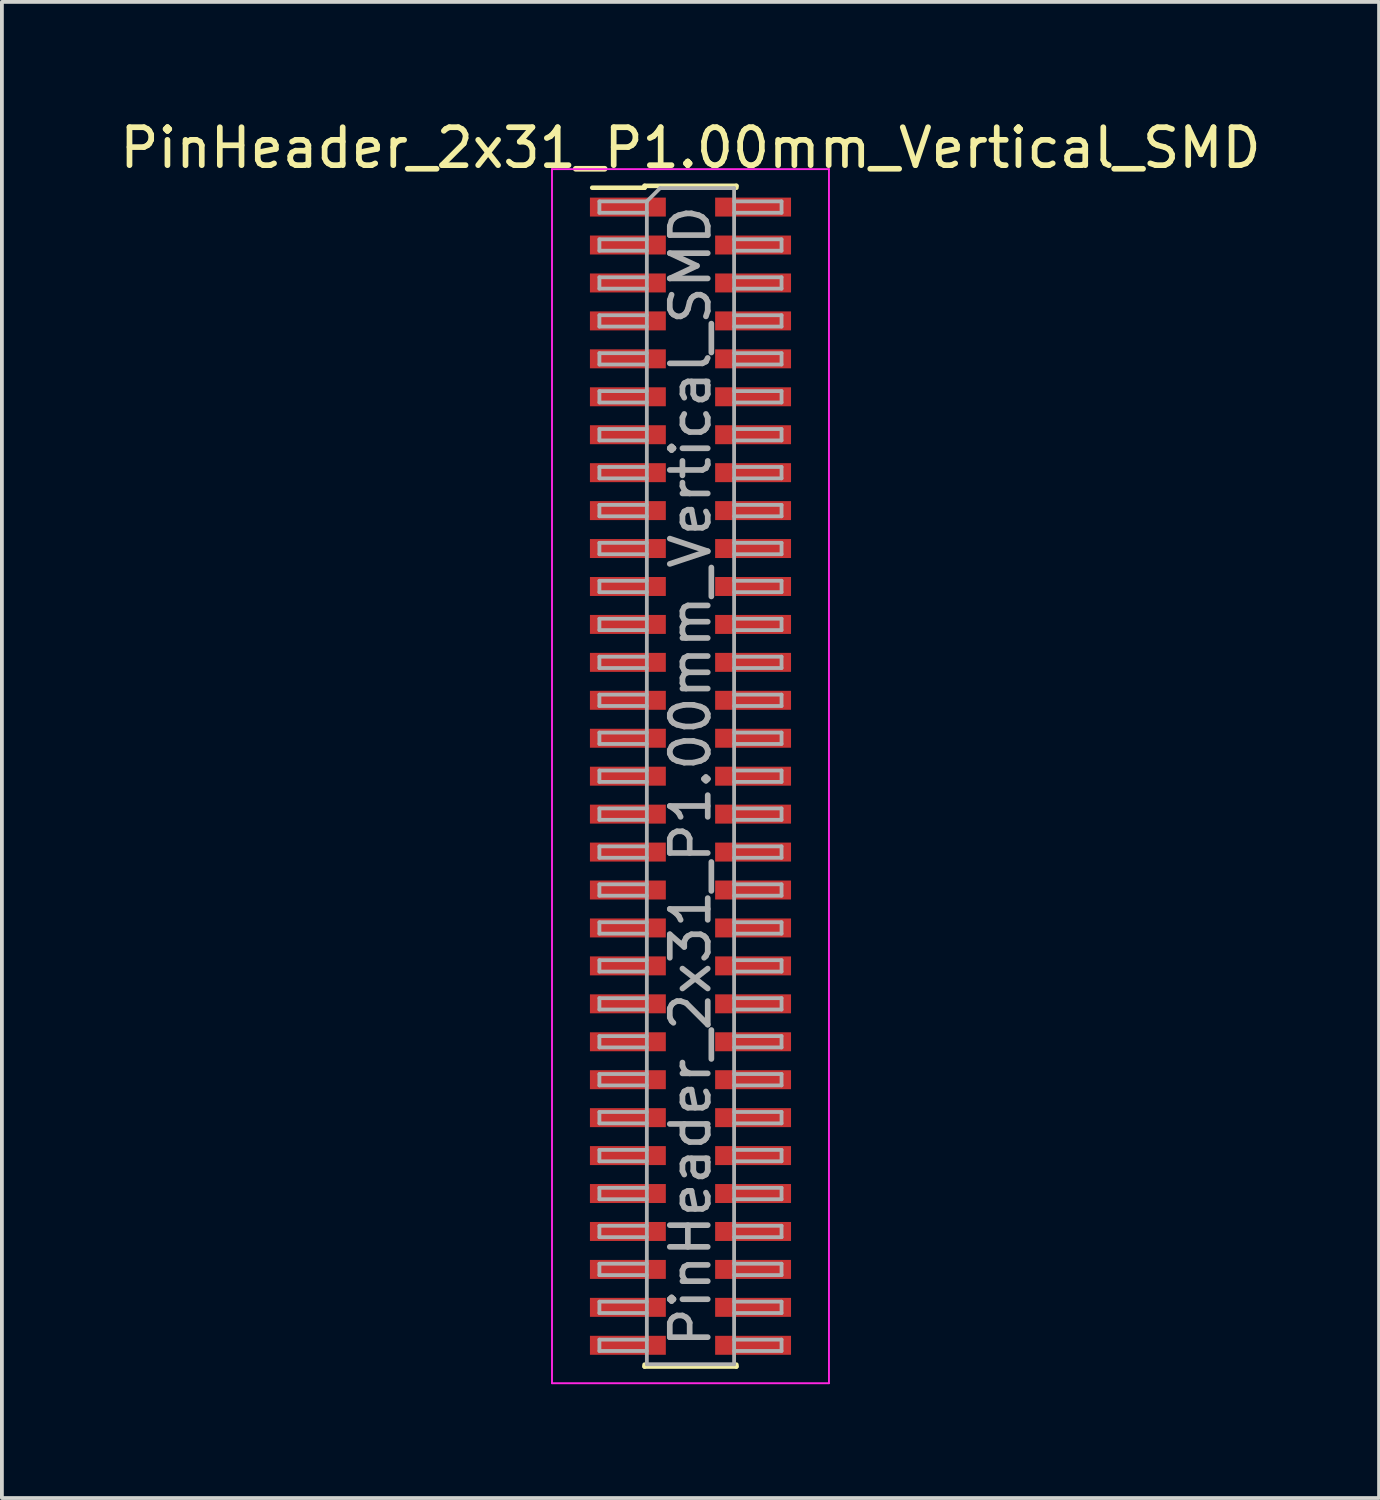
<source format=kicad_pcb>
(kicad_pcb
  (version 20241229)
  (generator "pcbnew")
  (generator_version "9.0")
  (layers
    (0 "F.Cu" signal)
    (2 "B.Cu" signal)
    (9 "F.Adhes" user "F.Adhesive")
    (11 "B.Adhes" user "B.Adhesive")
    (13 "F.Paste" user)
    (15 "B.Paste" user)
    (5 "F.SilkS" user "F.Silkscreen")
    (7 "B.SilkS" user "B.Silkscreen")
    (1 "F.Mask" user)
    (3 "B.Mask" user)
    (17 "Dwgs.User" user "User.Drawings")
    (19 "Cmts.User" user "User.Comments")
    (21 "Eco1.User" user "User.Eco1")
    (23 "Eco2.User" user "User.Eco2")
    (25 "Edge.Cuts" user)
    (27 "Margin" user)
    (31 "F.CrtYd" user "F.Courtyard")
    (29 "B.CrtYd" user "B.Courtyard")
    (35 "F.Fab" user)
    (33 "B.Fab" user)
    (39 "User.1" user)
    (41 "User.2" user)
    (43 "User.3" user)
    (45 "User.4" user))
  (footprint "PinHeader_2x31_P1.00mm_Vertical_SMD"
    (layer "F.Cu")
    (at 15.149 17.408)
    (property "Reference" "PinHeader_2x31_P1.00mm_Vertical_SMD" (at 0 -16.56 0) (layer "F.SilkS") (effects (font (size 1 1) (thickness 0.15))))
    (attr smd)
    (fp_line (start -2.59 -15.51) (end -1.21 -15.51) (stroke (width 0.12) (type solid)) (layer "F.SilkS"))
    (fp_line (start -1.21 -15.56) (end -1.21 -15.51) (stroke (width 0.12) (type solid)) (layer "F.SilkS"))
    (fp_line (start -1.21 -15.56) (end 1.21 -15.56) (stroke (width 0.12) (type solid)) (layer "F.SilkS"))
    (fp_line (start -1.21 15.51) (end -1.21 15.56) (stroke (width 0.12) (type solid)) (layer "F.SilkS"))
    (fp_line (start -1.21 15.56) (end 1.21 15.56) (stroke (width 0.12) (type solid)) (layer "F.SilkS"))
    (fp_line (start 1.21 -15.56) (end 1.21 -15.51) (stroke (width 0.12) (type solid)) (layer "F.SilkS"))
    (fp_line (start 1.21 15.51) (end 1.21 15.56) (stroke (width 0.12) (type solid)) (layer "F.SilkS"))
    (fp_line (start -3.65 -16) (end -3.65 16) (stroke (width 0.05) (type solid)) (layer "F.CrtYd"))
    (fp_line (start -3.65 16) (end 3.65 16) (stroke (width 0.05) (type solid)) (layer "F.CrtYd"))
    (fp_line (start 3.65 -16) (end -3.65 -16) (stroke (width 0.05) (type solid)) (layer "F.CrtYd"))
    (fp_line (start 3.65 16) (end 3.65 -16) (stroke (width 0.05) (type solid)) (layer "F.CrtYd"))
    (fp_line (start -2.4 -15.15) (end -2.4 -14.85) (stroke (width 0.1) (type solid)) (layer "F.Fab"))
    (fp_line (start -2.4 -14.85) (end -1.15 -14.85) (stroke (width 0.1) (type solid)) (layer "F.Fab"))
    (fp_line (start -2.4 -14.15) (end -2.4 -13.85) (stroke (width 0.1) (type solid)) (layer "F.Fab"))
    (fp_line (start -2.4 -13.85) (end -1.15 -13.85) (stroke (width 0.1) (type solid)) (layer "F.Fab"))
    (fp_line (start -2.4 -13.15) (end -2.4 -12.85) (stroke (width 0.1) (type solid)) (layer "F.Fab"))
    (fp_line (start -2.4 -12.85) (end -1.15 -12.85) (stroke (width 0.1) (type solid)) (layer "F.Fab"))
    (fp_line (start -2.4 -12.15) (end -2.4 -11.85) (stroke (width 0.1) (type solid)) (layer "F.Fab"))
    (fp_line (start -2.4 -11.85) (end -1.15 -11.85) (stroke (width 0.1) (type solid)) (layer "F.Fab"))
    (fp_line (start -2.4 -11.15) (end -2.4 -10.85) (stroke (width 0.1) (type solid)) (layer "F.Fab"))
    (fp_line (start -2.4 -10.85) (end -1.15 -10.85) (stroke (width 0.1) (type solid)) (layer "F.Fab"))
    (fp_line (start -2.4 -10.15) (end -2.4 -9.85) (stroke (width 0.1) (type solid)) (layer "F.Fab"))
    (fp_line (start -2.4 -9.85) (end -1.15 -9.85) (stroke (width 0.1) (type solid)) (layer "F.Fab"))
    (fp_line (start -2.4 -9.15) (end -2.4 -8.85) (stroke (width 0.1) (type solid)) (layer "F.Fab"))
    (fp_line (start -2.4 -8.85) (end -1.15 -8.85) (stroke (width 0.1) (type solid)) (layer "F.Fab"))
    (fp_line (start -2.4 -8.15) (end -2.4 -7.85) (stroke (width 0.1) (type solid)) (layer "F.Fab"))
    (fp_line (start -2.4 -7.85) (end -1.15 -7.85) (stroke (width 0.1) (type solid)) (layer "F.Fab"))
    (fp_line (start -2.4 -7.15) (end -2.4 -6.85) (stroke (width 0.1) (type solid)) (layer "F.Fab"))
    (fp_line (start -2.4 -6.85) (end -1.15 -6.85) (stroke (width 0.1) (type solid)) (layer "F.Fab"))
    (fp_line (start -2.4 -6.15) (end -2.4 -5.85) (stroke (width 0.1) (type solid)) (layer "F.Fab"))
    (fp_line (start -2.4 -5.85) (end -1.15 -5.85) (stroke (width 0.1) (type solid)) (layer "F.Fab"))
    (fp_line (start -2.4 -5.15) (end -2.4 -4.85) (stroke (width 0.1) (type solid)) (layer "F.Fab"))
    (fp_line (start -2.4 -4.85) (end -1.15 -4.85) (stroke (width 0.1) (type solid)) (layer "F.Fab"))
    (fp_line (start -2.4 -4.15) (end -2.4 -3.85) (stroke (width 0.1) (type solid)) (layer "F.Fab"))
    (fp_line (start -2.4 -3.85) (end -1.15 -3.85) (stroke (width 0.1) (type solid)) (layer "F.Fab"))
    (fp_line (start -2.4 -3.15) (end -2.4 -2.85) (stroke (width 0.1) (type solid)) (layer "F.Fab"))
    (fp_line (start -2.4 -2.85) (end -1.15 -2.85) (stroke (width 0.1) (type solid)) (layer "F.Fab"))
    (fp_line (start -2.4 -2.15) (end -2.4 -1.85) (stroke (width 0.1) (type solid)) (layer "F.Fab"))
    (fp_line (start -2.4 -1.85) (end -1.15 -1.85) (stroke (width 0.1) (type solid)) (layer "F.Fab"))
    (fp_line (start -2.4 -1.15) (end -2.4 -0.85) (stroke (width 0.1) (type solid)) (layer "F.Fab"))
    (fp_line (start -2.4 -0.85) (end -1.15 -0.85) (stroke (width 0.1) (type solid)) (layer "F.Fab"))
    (fp_line (start -2.4 -0.15) (end -2.4 0.15) (stroke (width 0.1) (type solid)) (layer "F.Fab"))
    (fp_line (start -2.4 0.15) (end -1.15 0.15) (stroke (width 0.1) (type solid)) (layer "F.Fab"))
    (fp_line (start -2.4 0.85) (end -2.4 1.15) (stroke (width 0.1) (type solid)) (layer "F.Fab"))
    (fp_line (start -2.4 1.15) (end -1.15 1.15) (stroke (width 0.1) (type solid)) (layer "F.Fab"))
    (fp_line (start -2.4 1.85) (end -2.4 2.15) (stroke (width 0.1) (type solid)) (layer "F.Fab"))
    (fp_line (start -2.4 2.15) (end -1.15 2.15) (stroke (width 0.1) (type solid)) (layer "F.Fab"))
    (fp_line (start -2.4 2.85) (end -2.4 3.15) (stroke (width 0.1) (type solid)) (layer "F.Fab"))
    (fp_line (start -2.4 3.15) (end -1.15 3.15) (stroke (width 0.1) (type solid)) (layer "F.Fab"))
    (fp_line (start -2.4 3.85) (end -2.4 4.15) (stroke (width 0.1) (type solid)) (layer "F.Fab"))
    (fp_line (start -2.4 4.15) (end -1.15 4.15) (stroke (width 0.1) (type solid)) (layer "F.Fab"))
    (fp_line (start -2.4 4.85) (end -2.4 5.15) (stroke (width 0.1) (type solid)) (layer "F.Fab"))
    (fp_line (start -2.4 5.15) (end -1.15 5.15) (stroke (width 0.1) (type solid)) (layer "F.Fab"))
    (fp_line (start -2.4 5.85) (end -2.4 6.15) (stroke (width 0.1) (type solid)) (layer "F.Fab"))
    (fp_line (start -2.4 6.15) (end -1.15 6.15) (stroke (width 0.1) (type solid)) (layer "F.Fab"))
    (fp_line (start -2.4 6.85) (end -2.4 7.15) (stroke (width 0.1) (type solid)) (layer "F.Fab"))
    (fp_line (start -2.4 7.15) (end -1.15 7.15) (stroke (width 0.1) (type solid)) (layer "F.Fab"))
    (fp_line (start -2.4 7.85) (end -2.4 8.15) (stroke (width 0.1) (type solid)) (layer "F.Fab"))
    (fp_line (start -2.4 8.15) (end -1.15 8.15) (stroke (width 0.1) (type solid)) (layer "F.Fab"))
    (fp_line (start -2.4 8.85) (end -2.4 9.15) (stroke (width 0.1) (type solid)) (layer "F.Fab"))
    (fp_line (start -2.4 9.15) (end -1.15 9.15) (stroke (width 0.1) (type solid)) (layer "F.Fab"))
    (fp_line (start -2.4 9.85) (end -2.4 10.15) (stroke (width 0.1) (type solid)) (layer "F.Fab"))
    (fp_line (start -2.4 10.15) (end -1.15 10.15) (stroke (width 0.1) (type solid)) (layer "F.Fab"))
    (fp_line (start -2.4 10.85) (end -2.4 11.15) (stroke (width 0.1) (type solid)) (layer "F.Fab"))
    (fp_line (start -2.4 11.15) (end -1.15 11.15) (stroke (width 0.1) (type solid)) (layer "F.Fab"))
    (fp_line (start -2.4 11.85) (end -2.4 12.15) (stroke (width 0.1) (type solid)) (layer "F.Fab"))
    (fp_line (start -2.4 12.15) (end -1.15 12.15) (stroke (width 0.1) (type solid)) (layer "F.Fab"))
    (fp_line (start -2.4 12.85) (end -2.4 13.15) (stroke (width 0.1) (type solid)) (layer "F.Fab"))
    (fp_line (start -2.4 13.15) (end -1.15 13.15) (stroke (width 0.1) (type solid)) (layer "F.Fab"))
    (fp_line (start -2.4 13.85) (end -2.4 14.15) (stroke (width 0.1) (type solid)) (layer "F.Fab"))
    (fp_line (start -2.4 14.15) (end -1.15 14.15) (stroke (width 0.1) (type solid)) (layer "F.Fab"))
    (fp_line (start -2.4 14.85) (end -2.4 15.15) (stroke (width 0.1) (type solid)) (layer "F.Fab"))
    (fp_line (start -2.4 15.15) (end -1.15 15.15) (stroke (width 0.1) (type solid)) (layer "F.Fab"))
    (fp_line (start -1.15 -15.15) (end -2.4 -15.15) (stroke (width 0.1) (type solid)) (layer "F.Fab"))
    (fp_line (start -1.15 -15.15) (end -0.8 -15.5) (stroke (width 0.1) (type solid)) (layer "F.Fab"))
    (fp_line (start -1.15 -14.15) (end -2.4 -14.15) (stroke (width 0.1) (type solid)) (layer "F.Fab"))
    (fp_line (start -1.15 -13.15) (end -2.4 -13.15) (stroke (width 0.1) (type solid)) (layer "F.Fab"))
    (fp_line (start -1.15 -12.15) (end -2.4 -12.15) (stroke (width 0.1) (type solid)) (layer "F.Fab"))
    (fp_line (start -1.15 -11.15) (end -2.4 -11.15) (stroke (width 0.1) (type solid)) (layer "F.Fab"))
    (fp_line (start -1.15 -10.15) (end -2.4 -10.15) (stroke (width 0.1) (type solid)) (layer "F.Fab"))
    (fp_line (start -1.15 -9.15) (end -2.4 -9.15) (stroke (width 0.1) (type solid)) (layer "F.Fab"))
    (fp_line (start -1.15 -8.15) (end -2.4 -8.15) (stroke (width 0.1) (type solid)) (layer "F.Fab"))
    (fp_line (start -1.15 -7.15) (end -2.4 -7.15) (stroke (width 0.1) (type solid)) (layer "F.Fab"))
    (fp_line (start -1.15 -6.15) (end -2.4 -6.15) (stroke (width 0.1) (type solid)) (layer "F.Fab"))
    (fp_line (start -1.15 -5.15) (end -2.4 -5.15) (stroke (width 0.1) (type solid)) (layer "F.Fab"))
    (fp_line (start -1.15 -4.15) (end -2.4 -4.15) (stroke (width 0.1) (type solid)) (layer "F.Fab"))
    (fp_line (start -1.15 -3.15) (end -2.4 -3.15) (stroke (width 0.1) (type solid)) (layer "F.Fab"))
    (fp_line (start -1.15 -2.15) (end -2.4 -2.15) (stroke (width 0.1) (type solid)) (layer "F.Fab"))
    (fp_line (start -1.15 -1.15) (end -2.4 -1.15) (stroke (width 0.1) (type solid)) (layer "F.Fab"))
    (fp_line (start -1.15 -0.15) (end -2.4 -0.15) (stroke (width 0.1) (type solid)) (layer "F.Fab"))
    (fp_line (start -1.15 0.85) (end -2.4 0.85) (stroke (width 0.1) (type solid)) (layer "F.Fab"))
    (fp_line (start -1.15 1.85) (end -2.4 1.85) (stroke (width 0.1) (type solid)) (layer "F.Fab"))
    (fp_line (start -1.15 2.85) (end -2.4 2.85) (stroke (width 0.1) (type solid)) (layer "F.Fab"))
    (fp_line (start -1.15 3.85) (end -2.4 3.85) (stroke (width 0.1) (type solid)) (layer "F.Fab"))
    (fp_line (start -1.15 4.85) (end -2.4 4.85) (stroke (width 0.1) (type solid)) (layer "F.Fab"))
    (fp_line (start -1.15 5.85) (end -2.4 5.85) (stroke (width 0.1) (type solid)) (layer "F.Fab"))
    (fp_line (start -1.15 6.85) (end -2.4 6.85) (stroke (width 0.1) (type solid)) (layer "F.Fab"))
    (fp_line (start -1.15 7.85) (end -2.4 7.85) (stroke (width 0.1) (type solid)) (layer "F.Fab"))
    (fp_line (start -1.15 8.85) (end -2.4 8.85) (stroke (width 0.1) (type solid)) (layer "F.Fab"))
    (fp_line (start -1.15 9.85) (end -2.4 9.85) (stroke (width 0.1) (type solid)) (layer "F.Fab"))
    (fp_line (start -1.15 10.85) (end -2.4 10.85) (stroke (width 0.1) (type solid)) (layer "F.Fab"))
    (fp_line (start -1.15 11.85) (end -2.4 11.85) (stroke (width 0.1) (type solid)) (layer "F.Fab"))
    (fp_line (start -1.15 12.85) (end -2.4 12.85) (stroke (width 0.1) (type solid)) (layer "F.Fab"))
    (fp_line (start -1.15 13.85) (end -2.4 13.85) (stroke (width 0.1) (type solid)) (layer "F.Fab"))
    (fp_line (start -1.15 14.85) (end -2.4 14.85) (stroke (width 0.1) (type solid)) (layer "F.Fab"))
    (fp_line (start -1.15 15.5) (end -1.15 -15.15) (stroke (width 0.1) (type solid)) (layer "F.Fab"))
    (fp_line (start -0.8 -15.5) (end 1.15 -15.5) (stroke (width 0.1) (type solid)) (layer "F.Fab"))
    (fp_line (start 1.15 -15.5) (end 1.15 15.5) (stroke (width 0.1) (type solid)) (layer "F.Fab"))
    (fp_line (start 1.15 -15.15) (end 2.4 -15.15) (stroke (width 0.1) (type solid)) (layer "F.Fab"))
    (fp_line (start 1.15 -14.15) (end 2.4 -14.15) (stroke (width 0.1) (type solid)) (layer "F.Fab"))
    (fp_line (start 1.15 -13.15) (end 2.4 -13.15) (stroke (width 0.1) (type solid)) (layer "F.Fab"))
    (fp_line (start 1.15 -12.15) (end 2.4 -12.15) (stroke (width 0.1) (type solid)) (layer "F.Fab"))
    (fp_line (start 1.15 -11.15) (end 2.4 -11.15) (stroke (width 0.1) (type solid)) (layer "F.Fab"))
    (fp_line (start 1.15 -10.15) (end 2.4 -10.15) (stroke (width 0.1) (type solid)) (layer "F.Fab"))
    (fp_line (start 1.15 -9.15) (end 2.4 -9.15) (stroke (width 0.1) (type solid)) (layer "F.Fab"))
    (fp_line (start 1.15 -8.15) (end 2.4 -8.15) (stroke (width 0.1) (type solid)) (layer "F.Fab"))
    (fp_line (start 1.15 -7.15) (end 2.4 -7.15) (stroke (width 0.1) (type solid)) (layer "F.Fab"))
    (fp_line (start 1.15 -6.15) (end 2.4 -6.15) (stroke (width 0.1) (type solid)) (layer "F.Fab"))
    (fp_line (start 1.15 -5.15) (end 2.4 -5.15) (stroke (width 0.1) (type solid)) (layer "F.Fab"))
    (fp_line (start 1.15 -4.15) (end 2.4 -4.15) (stroke (width 0.1) (type solid)) (layer "F.Fab"))
    (fp_line (start 1.15 -3.15) (end 2.4 -3.15) (stroke (width 0.1) (type solid)) (layer "F.Fab"))
    (fp_line (start 1.15 -2.15) (end 2.4 -2.15) (stroke (width 0.1) (type solid)) (layer "F.Fab"))
    (fp_line (start 1.15 -1.15) (end 2.4 -1.15) (stroke (width 0.1) (type solid)) (layer "F.Fab"))
    (fp_line (start 1.15 -0.15) (end 2.4 -0.15) (stroke (width 0.1) (type solid)) (layer "F.Fab"))
    (fp_line (start 1.15 0.85) (end 2.4 0.85) (stroke (width 0.1) (type solid)) (layer "F.Fab"))
    (fp_line (start 1.15 1.85) (end 2.4 1.85) (stroke (width 0.1) (type solid)) (layer "F.Fab"))
    (fp_line (start 1.15 2.85) (end 2.4 2.85) (stroke (width 0.1) (type solid)) (layer "F.Fab"))
    (fp_line (start 1.15 3.85) (end 2.4 3.85) (stroke (width 0.1) (type solid)) (layer "F.Fab"))
    (fp_line (start 1.15 4.85) (end 2.4 4.85) (stroke (width 0.1) (type solid)) (layer "F.Fab"))
    (fp_line (start 1.15 5.85) (end 2.4 5.85) (stroke (width 0.1) (type solid)) (layer "F.Fab"))
    (fp_line (start 1.15 6.85) (end 2.4 6.85) (stroke (width 0.1) (type solid)) (layer "F.Fab"))
    (fp_line (start 1.15 7.85) (end 2.4 7.85) (stroke (width 0.1) (type solid)) (layer "F.Fab"))
    (fp_line (start 1.15 8.85) (end 2.4 8.85) (stroke (width 0.1) (type solid)) (layer "F.Fab"))
    (fp_line (start 1.15 9.85) (end 2.4 9.85) (stroke (width 0.1) (type solid)) (layer "F.Fab"))
    (fp_line (start 1.15 10.85) (end 2.4 10.85) (stroke (width 0.1) (type solid)) (layer "F.Fab"))
    (fp_line (start 1.15 11.85) (end 2.4 11.85) (stroke (width 0.1) (type solid)) (layer "F.Fab"))
    (fp_line (start 1.15 12.85) (end 2.4 12.85) (stroke (width 0.1) (type solid)) (layer "F.Fab"))
    (fp_line (start 1.15 13.85) (end 2.4 13.85) (stroke (width 0.1) (type solid)) (layer "F.Fab"))
    (fp_line (start 1.15 14.85) (end 2.4 14.85) (stroke (width 0.1) (type solid)) (layer "F.Fab"))
    (fp_line (start 1.15 15.5) (end -1.15 15.5) (stroke (width 0.1) (type solid)) (layer "F.Fab"))
    (fp_line (start 2.4 -15.15) (end 2.4 -14.85) (stroke (width 0.1) (type solid)) (layer "F.Fab"))
    (fp_line (start 2.4 -14.85) (end 1.15 -14.85) (stroke (width 0.1) (type solid)) (layer "F.Fab"))
    (fp_line (start 2.4 -14.15) (end 2.4 -13.85) (stroke (width 0.1) (type solid)) (layer "F.Fab"))
    (fp_line (start 2.4 -13.85) (end 1.15 -13.85) (stroke (width 0.1) (type solid)) (layer "F.Fab"))
    (fp_line (start 2.4 -13.15) (end 2.4 -12.85) (stroke (width 0.1) (type solid)) (layer "F.Fab"))
    (fp_line (start 2.4 -12.85) (end 1.15 -12.85) (stroke (width 0.1) (type solid)) (layer "F.Fab"))
    (fp_line (start 2.4 -12.15) (end 2.4 -11.85) (stroke (width 0.1) (type solid)) (layer "F.Fab"))
    (fp_line (start 2.4 -11.85) (end 1.15 -11.85) (stroke (width 0.1) (type solid)) (layer "F.Fab"))
    (fp_line (start 2.4 -11.15) (end 2.4 -10.85) (stroke (width 0.1) (type solid)) (layer "F.Fab"))
    (fp_line (start 2.4 -10.85) (end 1.15 -10.85) (stroke (width 0.1) (type solid)) (layer "F.Fab"))
    (fp_line (start 2.4 -10.15) (end 2.4 -9.85) (stroke (width 0.1) (type solid)) (layer "F.Fab"))
    (fp_line (start 2.4 -9.85) (end 1.15 -9.85) (stroke (width 0.1) (type solid)) (layer "F.Fab"))
    (fp_line (start 2.4 -9.15) (end 2.4 -8.85) (stroke (width 0.1) (type solid)) (layer "F.Fab"))
    (fp_line (start 2.4 -8.85) (end 1.15 -8.85) (stroke (width 0.1) (type solid)) (layer "F.Fab"))
    (fp_line (start 2.4 -8.15) (end 2.4 -7.85) (stroke (width 0.1) (type solid)) (layer "F.Fab"))
    (fp_line (start 2.4 -7.85) (end 1.15 -7.85) (stroke (width 0.1) (type solid)) (layer "F.Fab"))
    (fp_line (start 2.4 -7.15) (end 2.4 -6.85) (stroke (width 0.1) (type solid)) (layer "F.Fab"))
    (fp_line (start 2.4 -6.85) (end 1.15 -6.85) (stroke (width 0.1) (type solid)) (layer "F.Fab"))
    (fp_line (start 2.4 -6.15) (end 2.4 -5.85) (stroke (width 0.1) (type solid)) (layer "F.Fab"))
    (fp_line (start 2.4 -5.85) (end 1.15 -5.85) (stroke (width 0.1) (type solid)) (layer "F.Fab"))
    (fp_line (start 2.4 -5.15) (end 2.4 -4.85) (stroke (width 0.1) (type solid)) (layer "F.Fab"))
    (fp_line (start 2.4 -4.85) (end 1.15 -4.85) (stroke (width 0.1) (type solid)) (layer "F.Fab"))
    (fp_line (start 2.4 -4.15) (end 2.4 -3.85) (stroke (width 0.1) (type solid)) (layer "F.Fab"))
    (fp_line (start 2.4 -3.85) (end 1.15 -3.85) (stroke (width 0.1) (type solid)) (layer "F.Fab"))
    (fp_line (start 2.4 -3.15) (end 2.4 -2.85) (stroke (width 0.1) (type solid)) (layer "F.Fab"))
    (fp_line (start 2.4 -2.85) (end 1.15 -2.85) (stroke (width 0.1) (type solid)) (layer "F.Fab"))
    (fp_line (start 2.4 -2.15) (end 2.4 -1.85) (stroke (width 0.1) (type solid)) (layer "F.Fab"))
    (fp_line (start 2.4 -1.85) (end 1.15 -1.85) (stroke (width 0.1) (type solid)) (layer "F.Fab"))
    (fp_line (start 2.4 -1.15) (end 2.4 -0.85) (stroke (width 0.1) (type solid)) (layer "F.Fab"))
    (fp_line (start 2.4 -0.85) (end 1.15 -0.85) (stroke (width 0.1) (type solid)) (layer "F.Fab"))
    (fp_line (start 2.4 -0.15) (end 2.4 0.15) (stroke (width 0.1) (type solid)) (layer "F.Fab"))
    (fp_line (start 2.4 0.15) (end 1.15 0.15) (stroke (width 0.1) (type solid)) (layer "F.Fab"))
    (fp_line (start 2.4 0.85) (end 2.4 1.15) (stroke (width 0.1) (type solid)) (layer "F.Fab"))
    (fp_line (start 2.4 1.15) (end 1.15 1.15) (stroke (width 0.1) (type solid)) (layer "F.Fab"))
    (fp_line (start 2.4 1.85) (end 2.4 2.15) (stroke (width 0.1) (type solid)) (layer "F.Fab"))
    (fp_line (start 2.4 2.15) (end 1.15 2.15) (stroke (width 0.1) (type solid)) (layer "F.Fab"))
    (fp_line (start 2.4 2.85) (end 2.4 3.15) (stroke (width 0.1) (type solid)) (layer "F.Fab"))
    (fp_line (start 2.4 3.15) (end 1.15 3.15) (stroke (width 0.1) (type solid)) (layer "F.Fab"))
    (fp_line (start 2.4 3.85) (end 2.4 4.15) (stroke (width 0.1) (type solid)) (layer "F.Fab"))
    (fp_line (start 2.4 4.15) (end 1.15 4.15) (stroke (width 0.1) (type solid)) (layer "F.Fab"))
    (fp_line (start 2.4 4.85) (end 2.4 5.15) (stroke (width 0.1) (type solid)) (layer "F.Fab"))
    (fp_line (start 2.4 5.15) (end 1.15 5.15) (stroke (width 0.1) (type solid)) (layer "F.Fab"))
    (fp_line (start 2.4 5.85) (end 2.4 6.15) (stroke (width 0.1) (type solid)) (layer "F.Fab"))
    (fp_line (start 2.4 6.15) (end 1.15 6.15) (stroke (width 0.1) (type solid)) (layer "F.Fab"))
    (fp_line (start 2.4 6.85) (end 2.4 7.15) (stroke (width 0.1) (type solid)) (layer "F.Fab"))
    (fp_line (start 2.4 7.15) (end 1.15 7.15) (stroke (width 0.1) (type solid)) (layer "F.Fab"))
    (fp_line (start 2.4 7.85) (end 2.4 8.15) (stroke (width 0.1) (type solid)) (layer "F.Fab"))
    (fp_line (start 2.4 8.15) (end 1.15 8.15) (stroke (width 0.1) (type solid)) (layer "F.Fab"))
    (fp_line (start 2.4 8.85) (end 2.4 9.15) (stroke (width 0.1) (type solid)) (layer "F.Fab"))
    (fp_line (start 2.4 9.15) (end 1.15 9.15) (stroke (width 0.1) (type solid)) (layer "F.Fab"))
    (fp_line (start 2.4 9.85) (end 2.4 10.15) (stroke (width 0.1) (type solid)) (layer "F.Fab"))
    (fp_line (start 2.4 10.15) (end 1.15 10.15) (stroke (width 0.1) (type solid)) (layer "F.Fab"))
    (fp_line (start 2.4 10.85) (end 2.4 11.15) (stroke (width 0.1) (type solid)) (layer "F.Fab"))
    (fp_line (start 2.4 11.15) (end 1.15 11.15) (stroke (width 0.1) (type solid)) (layer "F.Fab"))
    (fp_line (start 2.4 11.85) (end 2.4 12.15) (stroke (width 0.1) (type solid)) (layer "F.Fab"))
    (fp_line (start 2.4 12.15) (end 1.15 12.15) (stroke (width 0.1) (type solid)) (layer "F.Fab"))
    (fp_line (start 2.4 12.85) (end 2.4 13.15) (stroke (width 0.1) (type solid)) (layer "F.Fab"))
    (fp_line (start 2.4 13.15) (end 1.15 13.15) (stroke (width 0.1) (type solid)) (layer "F.Fab"))
    (fp_line (start 2.4 13.85) (end 2.4 14.15) (stroke (width 0.1) (type solid)) (layer "F.Fab"))
    (fp_line (start 2.4 14.15) (end 1.15 14.15) (stroke (width 0.1) (type solid)) (layer "F.Fab"))
    (fp_line (start 2.4 14.85) (end 2.4 15.15) (stroke (width 0.1) (type solid)) (layer "F.Fab"))
    (fp_line (start 2.4 15.15) (end 1.15 15.15) (stroke (width 0.1) (type solid)) (layer "F.Fab"))
    (fp_text user "${REFERENCE}" (at 0 0 90) (layer "F.Fab") (effects (font (size 1 1) (thickness 0.15))))
    (pad "1" smd rect (at -1.65 -15) (size 2 0.5) (layers "F.Cu" "F.Mask" "F.Paste"))
    (pad "2" smd rect (at 1.65 -15) (size 2 0.5) (layers "F.Cu" "F.Mask" "F.Paste"))
    (pad "3" smd rect (at -1.65 -14) (size 2 0.5) (layers "F.Cu" "F.Mask" "F.Paste"))
    (pad "4" smd rect (at 1.65 -14) (size 2 0.5) (layers "F.Cu" "F.Mask" "F.Paste"))
    (pad "5" smd rect (at -1.65 -13) (size 2 0.5) (layers "F.Cu" "F.Mask" "F.Paste"))
    (pad "6" smd rect (at 1.65 -13) (size 2 0.5) (layers "F.Cu" "F.Mask" "F.Paste"))
    (pad "7" smd rect (at -1.65 -12) (size 2 0.5) (layers "F.Cu" "F.Mask" "F.Paste"))
    (pad "8" smd rect (at 1.65 -12) (size 2 0.5) (layers "F.Cu" "F.Mask" "F.Paste"))
    (pad "9" smd rect (at -1.65 -11) (size 2 0.5) (layers "F.Cu" "F.Mask" "F.Paste"))
    (pad "10" smd rect (at 1.65 -11) (size 2 0.5) (layers "F.Cu" "F.Mask" "F.Paste"))
    (pad "11" smd rect (at -1.65 -10) (size 2 0.5) (layers "F.Cu" "F.Mask" "F.Paste"))
    (pad "12" smd rect (at 1.65 -10) (size 2 0.5) (layers "F.Cu" "F.Mask" "F.Paste"))
    (pad "13" smd rect (at -1.65 -9) (size 2 0.5) (layers "F.Cu" "F.Mask" "F.Paste"))
    (pad "14" smd rect (at 1.65 -9) (size 2 0.5) (layers "F.Cu" "F.Mask" "F.Paste"))
    (pad "15" smd rect (at -1.65 -8) (size 2 0.5) (layers "F.Cu" "F.Mask" "F.Paste"))
    (pad "16" smd rect (at 1.65 -8) (size 2 0.5) (layers "F.Cu" "F.Mask" "F.Paste"))
    (pad "17" smd rect (at -1.65 -7) (size 2 0.5) (layers "F.Cu" "F.Mask" "F.Paste"))
    (pad "18" smd rect (at 1.65 -7) (size 2 0.5) (layers "F.Cu" "F.Mask" "F.Paste"))
    (pad "19" smd rect (at -1.65 -6) (size 2 0.5) (layers "F.Cu" "F.Mask" "F.Paste"))
    (pad "20" smd rect (at 1.65 -6) (size 2 0.5) (layers "F.Cu" "F.Mask" "F.Paste"))
    (pad "21" smd rect (at -1.65 -5) (size 2 0.5) (layers "F.Cu" "F.Mask" "F.Paste"))
    (pad "22" smd rect (at 1.65 -5) (size 2 0.5) (layers "F.Cu" "F.Mask" "F.Paste"))
    (pad "23" smd rect (at -1.65 -4) (size 2 0.5) (layers "F.Cu" "F.Mask" "F.Paste"))
    (pad "24" smd rect (at 1.65 -4) (size 2 0.5) (layers "F.Cu" "F.Mask" "F.Paste"))
    (pad "25" smd rect (at -1.65 -3) (size 2 0.5) (layers "F.Cu" "F.Mask" "F.Paste"))
    (pad "26" smd rect (at 1.65 -3) (size 2 0.5) (layers "F.Cu" "F.Mask" "F.Paste"))
    (pad "27" smd rect (at -1.65 -2) (size 2 0.5) (layers "F.Cu" "F.Mask" "F.Paste"))
    (pad "28" smd rect (at 1.65 -2) (size 2 0.5) (layers "F.Cu" "F.Mask" "F.Paste"))
    (pad "29" smd rect (at -1.65 -1) (size 2 0.5) (layers "F.Cu" "F.Mask" "F.Paste"))
    (pad "30" smd rect (at 1.65 -1) (size 2 0.5) (layers "F.Cu" "F.Mask" "F.Paste"))
    (pad "31" smd rect (at -1.65 0) (size 2 0.5) (layers "F.Cu" "F.Mask" "F.Paste"))
    (pad "32" smd rect (at 1.65 0) (size 2 0.5) (layers "F.Cu" "F.Mask" "F.Paste"))
    (pad "33" smd rect (at -1.65 1) (size 2 0.5) (layers "F.Cu" "F.Mask" "F.Paste"))
    (pad "34" smd rect (at 1.65 1) (size 2 0.5) (layers "F.Cu" "F.Mask" "F.Paste"))
    (pad "35" smd rect (at -1.65 2) (size 2 0.5) (layers "F.Cu" "F.Mask" "F.Paste"))
    (pad "36" smd rect (at 1.65 2) (size 2 0.5) (layers "F.Cu" "F.Mask" "F.Paste"))
    (pad "37" smd rect (at -1.65 3) (size 2 0.5) (layers "F.Cu" "F.Mask" "F.Paste"))
    (pad "38" smd rect (at 1.65 3) (size 2 0.5) (layers "F.Cu" "F.Mask" "F.Paste"))
    (pad "39" smd rect (at -1.65 4) (size 2 0.5) (layers "F.Cu" "F.Mask" "F.Paste"))
    (pad "40" smd rect (at 1.65 4) (size 2 0.5) (layers "F.Cu" "F.Mask" "F.Paste"))
    (pad "41" smd rect (at -1.65 5) (size 2 0.5) (layers "F.Cu" "F.Mask" "F.Paste"))
    (pad "42" smd rect (at 1.65 5) (size 2 0.5) (layers "F.Cu" "F.Mask" "F.Paste"))
    (pad "43" smd rect (at -1.65 6) (size 2 0.5) (layers "F.Cu" "F.Mask" "F.Paste"))
    (pad "44" smd rect (at 1.65 6) (size 2 0.5) (layers "F.Cu" "F.Mask" "F.Paste"))
    (pad "45" smd rect (at -1.65 7) (size 2 0.5) (layers "F.Cu" "F.Mask" "F.Paste"))
    (pad "46" smd rect (at 1.65 7) (size 2 0.5) (layers "F.Cu" "F.Mask" "F.Paste"))
    (pad "47" smd rect (at -1.65 8) (size 2 0.5) (layers "F.Cu" "F.Mask" "F.Paste"))
    (pad "48" smd rect (at 1.65 8) (size 2 0.5) (layers "F.Cu" "F.Mask" "F.Paste"))
    (pad "49" smd rect (at -1.65 9) (size 2 0.5) (layers "F.Cu" "F.Mask" "F.Paste"))
    (pad "50" smd rect (at 1.65 9) (size 2 0.5) (layers "F.Cu" "F.Mask" "F.Paste"))
    (pad "51" smd rect (at -1.65 10) (size 2 0.5) (layers "F.Cu" "F.Mask" "F.Paste"))
    (pad "52" smd rect (at 1.65 10) (size 2 0.5) (layers "F.Cu" "F.Mask" "F.Paste"))
    (pad "53" smd rect (at -1.65 11) (size 2 0.5) (layers "F.Cu" "F.Mask" "F.Paste"))
    (pad "54" smd rect (at 1.65 11) (size 2 0.5) (layers "F.Cu" "F.Mask" "F.Paste"))
    (pad "55" smd rect (at -1.65 12) (size 2 0.5) (layers "F.Cu" "F.Mask" "F.Paste"))
    (pad "56" smd rect (at 1.65 12) (size 2 0.5) (layers "F.Cu" "F.Mask" "F.Paste"))
    (pad "57" smd rect (at -1.65 13) (size 2 0.5) (layers "F.Cu" "F.Mask" "F.Paste"))
    (pad "58" smd rect (at 1.65 13) (size 2 0.5) (layers "F.Cu" "F.Mask" "F.Paste"))
    (pad "59" smd rect (at -1.65 14) (size 2 0.5) (layers "F.Cu" "F.Mask" "F.Paste"))
    (pad "60" smd rect (at 1.65 14) (size 2 0.5) (layers "F.Cu" "F.Mask" "F.Paste"))
    (pad "61" smd rect (at -1.65 15) (size 2 0.5) (layers "F.Cu" "F.Mask" "F.Paste"))
    (pad "62" smd rect (at 1.65 15) (size 2 0.5) (layers "F.Cu" "F.Mask" "F.Paste")))
  (gr_rect
    (start -3 -3)
    (end 33.298 36.433)
    (stroke (width 0.1) (type default))
    (fill no)
    (layer "Edge.Cuts")))
</source>
